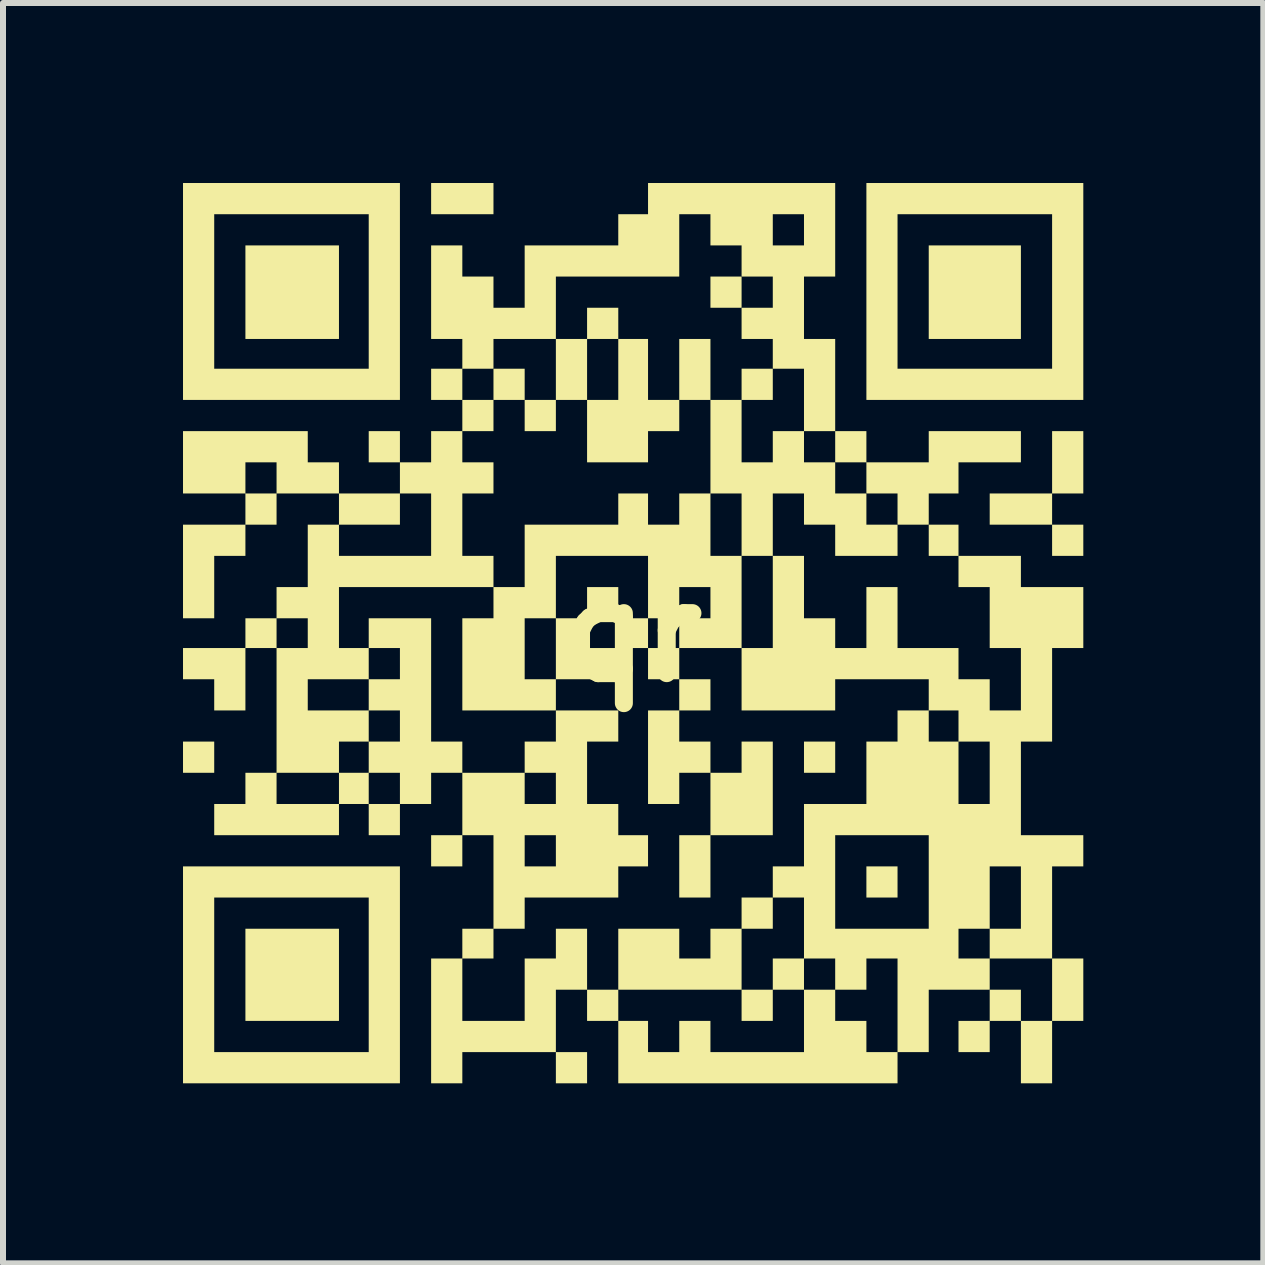
<source format=kicad_pcb>
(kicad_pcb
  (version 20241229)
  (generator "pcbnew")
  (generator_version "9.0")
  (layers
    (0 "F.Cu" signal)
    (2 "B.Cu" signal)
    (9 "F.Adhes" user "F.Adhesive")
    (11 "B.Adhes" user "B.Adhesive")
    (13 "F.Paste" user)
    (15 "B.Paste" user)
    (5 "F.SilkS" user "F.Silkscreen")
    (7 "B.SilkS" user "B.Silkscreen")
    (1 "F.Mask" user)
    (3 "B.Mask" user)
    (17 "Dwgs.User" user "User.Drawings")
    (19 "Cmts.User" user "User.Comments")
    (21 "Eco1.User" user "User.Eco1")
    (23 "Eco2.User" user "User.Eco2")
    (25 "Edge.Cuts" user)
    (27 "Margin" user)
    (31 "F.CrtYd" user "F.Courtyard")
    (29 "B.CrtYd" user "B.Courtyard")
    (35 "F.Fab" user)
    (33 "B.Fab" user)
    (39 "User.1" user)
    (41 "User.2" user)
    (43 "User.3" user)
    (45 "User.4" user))
  (footprint "qr"
    (layer "F.Cu")
    (at 7.49 7.49)
    (property "Reference" "qr" (at 0 0 0) (layer "F.SilkS") (effects (font (size 1.5 1.5) (thickness 0.3))))
    (attr board_only exclude_from_pos_files exclude_from_bom)
    (fp_poly (pts (xy -6.97 2.079) (xy -6.97 2.339) (xy -7.23 2.339) (xy -7.49 2.339) (xy -7.49 2.079) (xy -7.49 1.819) (xy -7.23 1.819) (xy -6.97 1.819)) (stroke (width 0) (type solid)) (fill yes) (layer "F.SilkS"))
    (fp_poly (pts (xy -4.891 -5.671) (xy -4.891 -4.891) (xy -5.671 -4.891) (xy -6.45 -4.891) (xy -6.45 -5.671) (xy -6.45 -6.45) (xy -5.671 -6.45) (xy -4.891 -6.45)) (stroke (width 0) (type solid)) (fill yes) (layer "F.SilkS"))
    (fp_poly (pts (xy -4.891 5.706) (xy -4.891 6.474) (xy -5.671 6.474) (xy -6.45 6.474) (xy -6.45 5.706) (xy -6.45 4.938) (xy -5.671 4.938) (xy -4.891 4.938)) (stroke (width 0) (type solid)) (fill yes) (layer "F.SilkS"))
    (fp_poly (pts (xy -2.316 -7.23) (xy -2.316 -6.97) (xy -2.835 -6.97) (xy -3.355 -6.97) (xy -3.355 -7.23) (xy -3.355 -7.49) (xy -2.835 -7.49) (xy -2.316 -7.49)) (stroke (width 0) (type solid)) (fill yes) (layer "F.SilkS"))
    (fp_poly (pts (xy -0.756 7.254) (xy -0.756 7.514) (xy -1.016 7.514) (xy -1.276 7.514) (xy -1.276 7.254) (xy -1.276 6.994) (xy -1.016 6.994) (xy -0.756 6.994)) (stroke (width 0) (type solid)) (fill yes) (layer "F.SilkS"))
    (fp_poly (pts (xy -0.236 -0.496) (xy -0.236 -0.236) (xy -0.496 -0.236) (xy -0.756 -0.236) (xy -0.756 -0.496) (xy -0.756 -0.756) (xy -0.496 -0.756) (xy -0.236 -0.756)) (stroke (width 0) (type solid)) (fill yes) (layer "F.SilkS"))
    (fp_poly (pts (xy -0.236 6.214) (xy -0.236 6.474) (xy -0.496 6.474) (xy -0.756 6.474) (xy -0.756 6.214) (xy -0.756 5.954) (xy -0.496 5.954) (xy -0.236 5.954)) (stroke (width 0) (type solid)) (fill yes) (layer "F.SilkS"))
    (fp_poly (pts (xy 1.819 -5.671) (xy 1.819 -5.411) (xy 1.559 -5.411) (xy 1.3 -5.411) (xy 1.3 -5.671) (xy 1.3 -5.931) (xy 1.559 -5.931) (xy 1.819 -5.931)) (stroke (width 0) (type solid)) (fill yes) (layer "F.SilkS"))
    (fp_poly (pts (xy 3.379 2.079) (xy 3.379 2.339) (xy 3.119 2.339) (xy 2.859 2.339) (xy 2.859 2.079) (xy 2.859 1.819) (xy 3.119 1.819) (xy 3.379 1.819)) (stroke (width 0) (type solid)) (fill yes) (layer "F.SilkS"))
    (fp_poly (pts (xy 4.418 4.159) (xy 4.418 4.418) (xy 4.159 4.418) (xy 3.899 4.418) (xy 3.899 4.159) (xy 3.899 3.899) (xy 4.159 3.899) (xy 4.418 3.899)) (stroke (width 0) (type solid)) (fill yes) (layer "F.SilkS"))
    (fp_poly (pts (xy 5.434 -1.536) (xy 5.434 -1.276) (xy 5.186 -1.276) (xy 4.938 -1.276) (xy 4.938 -1.536) (xy 4.938 -1.796) (xy 5.186 -1.796) (xy 5.434 -1.796)) (stroke (width 0) (type solid)) (fill yes) (layer "F.SilkS"))
    (fp_poly (pts (xy 6.474 -5.671) (xy 6.474 -4.891) (xy 5.706 -4.891) (xy 4.938 -4.891) (xy 4.938 -5.671) (xy 4.938 -6.45) (xy 5.706 -6.45) (xy 6.474 -6.45)) (stroke (width 0) (type solid)) (fill yes) (layer "F.SilkS"))
    (fp_poly (pts (xy 7.514 -1.536) (xy 7.514 -1.276) (xy 7.254 -1.276) (xy 6.994 -1.276) (xy 6.994 -1.536) (xy 6.994 -1.796) (xy 7.254 -1.796) (xy 7.514 -1.796)) (stroke (width 0) (type solid)) (fill yes) (layer "F.SilkS"))
    (fp_poly (pts (xy 7.514 -2.835) (xy 7.514 -2.316) (xy 7.254 -2.316) (xy 6.994 -2.316) (xy 6.994 -2.056) (xy 6.994 -1.796) (xy 6.474 -1.796) (xy 5.954 -1.796) (xy 5.954 -2.056) (xy 5.954 -2.316) (xy 6.474 -2.316) (xy 6.994 -2.316) (xy 6.994 -2.835) (xy 6.994 -3.355) (xy 7.254 -3.355) (xy 7.514 -3.355)) (stroke (width 0) (type solid)) (fill yes) (layer "F.SilkS"))
    (fp_poly (pts (xy -3.875 -5.683) (xy -3.875 -3.875) (xy -5.683 -3.875) (xy -7.49 -3.875) (xy -7.49 -5.683) (xy -6.97 -5.683) (xy -6.97 -4.395) (xy -5.683 -4.395) (xy -4.395 -4.395) (xy -4.395 -5.683) (xy -4.395 -6.97) (xy -5.683 -6.97) (xy -6.97 -6.97) (xy -6.97 -5.683) (xy -7.49 -5.683) (xy -7.49 -7.49) (xy -5.683 -7.49) (xy -3.875 -7.49)) (stroke (width 0) (type solid)) (fill yes) (layer "F.SilkS"))
    (fp_poly (pts (xy -3.875 5.706) (xy -3.875 7.514) (xy -5.683 7.514) (xy -7.49 7.514) (xy -7.49 5.706) (xy -6.97 5.706) (xy -6.97 6.994) (xy -5.683 6.994) (xy -4.395 6.994) (xy -4.395 5.706) (xy -4.395 4.418) (xy -5.683 4.418) (xy -6.97 4.418) (xy -6.97 5.706) (xy -7.49 5.706) (xy -7.49 3.899) (xy -5.683 3.899) (xy -3.875 3.899)) (stroke (width 0) (type solid)) (fill yes) (layer "F.SilkS"))
    (fp_poly (pts (xy 7.514 -5.683) (xy 7.514 -3.875) (xy 5.706 -3.875) (xy 3.899 -3.875) (xy 3.899 -5.683) (xy 4.418 -5.683) (xy 4.418 -4.395) (xy 5.706 -4.395) (xy 6.994 -4.395) (xy 6.994 -5.683) (xy 6.994 -6.97) (xy 5.706 -6.97) (xy 4.418 -6.97) (xy 4.418 -5.683) (xy 3.899 -5.683) (xy 3.899 -7.49) (xy 5.706 -7.49) (xy 7.514 -7.49)) (stroke (width 0) (type solid)) (fill yes) (layer "F.SilkS"))
    (fp_poly (pts (xy 3.899 -3.095) (xy 3.899 -2.835) (xy 4.418 -2.835) (xy 4.938 -2.835) (xy 4.938 -3.095) (xy 4.938 -3.355) (xy 5.706 -3.355) (xy 6.474 -3.355) (xy 6.474 -3.095) (xy 6.474 -2.835) (xy 5.954 -2.835) (xy 5.434 -2.835) (xy 5.434 -2.575) (xy 5.434 -2.316) (xy 5.186 -2.316) (xy 4.938 -2.316) (xy 4.938 -2.056) (xy 4.938 -1.796) (xy 4.678 -1.796) (xy 4.418 -1.796) (xy 4.418 -2.056) (xy 4.418 -2.316) (xy 4.159 -2.316) (xy 3.899 -2.316) (xy 3.899 -2.575) (xy 3.899 -2.835) (xy 3.639 -2.835) (xy 3.379 -2.835) (xy 3.379 -3.095) (xy 3.379 -3.355) (xy 3.639 -3.355) (xy 3.899 -3.355)) (stroke (width 0) (type solid)) (fill yes) (layer "F.SilkS"))
    (fp_poly (pts (xy 7.514 5.954) (xy 7.514 6.474) (xy 7.254 6.474) (xy 6.994 6.474) (xy 6.994 6.994) (xy 6.994 7.514) (xy 6.734 7.514) (xy 6.474 7.514) (xy 6.474 6.994) (xy 6.474 6.474) (xy 6.214 6.474) (xy 5.954 6.474) (xy 5.954 6.734) (xy 5.954 6.994) (xy 5.694 6.994) (xy 5.434 6.994) (xy 5.434 6.734) (xy 5.434 6.474) (xy 5.694 6.474) (xy 5.954 6.474) (xy 5.954 6.214) (xy 5.954 5.954) (xy 6.214 5.954) (xy 6.474 5.954) (xy 6.474 6.214) (xy 6.474 6.474) (xy 6.734 6.474) (xy 6.994 6.474) (xy 6.994 5.954) (xy 6.994 5.434) (xy 7.254 5.434) (xy 7.514 5.434)) (stroke (width 0) (type solid)) (fill yes) (layer "F.SilkS"))
    (fp_poly (pts (xy 2.339 4.678) (xy 2.339 4.938) (xy 2.079 4.938) (xy 1.819 4.938) (xy 1.819 5.446) (xy 1.819 5.954) (xy 2.079 5.954) (xy 2.339 5.954) (xy 2.339 5.694) (xy 2.339 5.434) (xy 2.599 5.434) (xy 2.859 5.434) (xy 2.859 5.694) (xy 2.859 5.954) (xy 2.599 5.954) (xy 2.339 5.954) (xy 2.339 6.214) (xy 2.339 6.474) (xy 2.079 6.474) (xy 1.819 6.474) (xy 1.819 6.214) (xy 1.819 5.954) (xy 0.792 5.954) (xy -0.236 5.954) (xy -0.236 5.446) (xy -0.236 4.938) (xy 0.272 4.938) (xy 0.78 4.938) (xy 0.78 5.186) (xy 0.78 5.434) (xy 1.04 5.434) (xy 1.3 5.434) (xy 1.3 5.186) (xy 1.3 4.938) (xy 1.559 4.938) (xy 1.819 4.938) (xy 1.819 4.678) (xy 1.819 4.418) (xy 2.079 4.418) (xy 2.339 4.418)) (stroke (width 0) (type solid)) (fill yes) (layer "F.SilkS"))
    (fp_poly (pts (xy 1.3 1.04) (xy 1.3 1.3) (xy 1.04 1.3) (xy 0.78 1.3) (xy 0.78 1.559) (xy 0.78 1.819) (xy 1.04 1.819) (xy 1.3 1.819) (xy 1.3 2.079) (xy 1.3 2.339) (xy 1.559 2.339) (xy 1.819 2.339) (xy 1.819 2.079) (xy 1.819 1.819) (xy 2.079 1.819) (xy 2.339 1.819) (xy 2.339 2.599) (xy 2.339 3.379) (xy 1.819 3.379) (xy 1.3 3.379) (xy 1.3 3.899) (xy 1.3 4.418) (xy 1.04 4.418) (xy 0.78 4.418) (xy 0.78 3.899) (xy 0.78 3.379) (xy 1.04 3.379) (xy 1.3 3.379) (xy 1.3 2.859) (xy 1.3 2.339) (xy 1.04 2.339) (xy 0.78 2.339) (xy 0.78 2.599) (xy 0.78 2.859) (xy 0.52 2.859) (xy 0.26 2.859) (xy 0.26 2.079) (xy 0.26 1.3) (xy 0.52 1.3) (xy 0.78 1.3) (xy 0.78 1.04) (xy 0.78 0.78) (xy 1.04 0.78) (xy 1.3 0.78)) (stroke (width 0) (type solid)) (fill yes) (layer "F.SilkS"))
    (fp_poly (pts (xy 3.379 -6.71) (xy 3.379 -5.931) (xy 3.119 -5.931) (xy 2.859 -5.931) (xy 2.859 -5.411) (xy 2.859 -4.891) (xy 3.119 -4.891) (xy 3.379 -4.891) (xy 3.379 -4.123) (xy 3.379 -3.355) (xy 3.119 -3.355) (xy 2.859 -3.355) (xy 2.859 -3.875) (xy 2.859 -4.395) (xy 2.599 -4.395) (xy 2.339 -4.395) (xy 2.339 -4.643) (xy 2.339 -4.891) (xy 2.079 -4.891) (xy 1.819 -4.891) (xy 1.819 -5.151) (xy 1.819 -5.411) (xy 2.079 -5.411) (xy 2.339 -5.411) (xy 2.339 -5.671) (xy 2.339 -5.931) (xy 2.079 -5.931) (xy 1.819 -5.931) (xy 1.819 -6.191) (xy 1.819 -6.45) (xy 1.559 -6.45) (xy 1.3 -6.45) (xy 1.3 -6.71) (xy 2.339 -6.71) (xy 2.339 -6.45) (xy 2.599 -6.45) (xy 2.859 -6.45) (xy 2.859 -6.71) (xy 2.859 -6.97) (xy 2.599 -6.97) (xy 2.339 -6.97) (xy 2.339 -6.71) (xy 1.3 -6.71) (xy 1.3 -6.97) (xy 1.04 -6.97) (xy 0.78 -6.97) (xy 0.78 -6.45) (xy 0.78 -5.931) (xy -0.248 -5.931) (xy -1.276 -5.931) (xy -1.276 -5.411) (xy -1.276 -4.891) (xy -1.796 -4.891) (xy -2.316 -4.891) (xy -2.316 -4.643) (xy -2.316 -4.395) (xy -2.575 -4.395) (xy -2.835 -4.395) (xy -2.835 -4.135) (xy -2.835 -3.875) (xy -3.095 -3.875) (xy -3.355 -3.875) (xy -3.355 -4.135) (xy -3.355 -4.395) (xy -3.095 -4.395) (xy -2.835 -4.395) (xy -2.835 -4.643) (xy -2.835 -4.891) (xy -3.095 -4.891) (xy -3.355 -4.891) (xy -3.355 -5.671) (xy -3.355 -6.45) (xy -3.095 -6.45) (xy -2.835 -6.45) (xy -2.835 -6.191) (xy -2.835 -5.931) (xy -2.575 -5.931) (xy -2.316 -5.931) (xy -2.316 -5.671) (xy -2.316 -5.411) (xy -2.056 -5.411) (xy -1.796 -5.411) (xy -1.796 -5.931) (xy -1.796 -6.45) (xy -1.016 -6.45) (xy -0.236 -6.45) (xy -0.236 -6.71) (xy -0.236 -6.97) (xy 0.012 -6.97) (xy 0.26 -6.97) (xy 0.26 -7.23) (xy 0.26 -7.49) (xy 1.819 -7.49) (xy 3.379 -7.49)) (stroke (width 0) (type solid)) (fill yes) (layer "F.SilkS"))
    (fp_poly (pts (xy 2.859 -0.756) (xy 2.859 -0.236) (xy 3.119 -0.236) (xy 3.379 -0.236) (xy 3.379 0.012) (xy 3.379 0.26) (xy 3.639 0.26) (xy 3.899 0.26) (xy 3.899 -0.248) (xy 3.899 -0.756) (xy 4.159 -0.756) (xy 4.418 -0.756) (xy 4.418 -0.248) (xy 4.418 0.26) (xy 4.926 0.26) (xy 5.434 0.26) (xy 5.434 0.52) (xy 5.434 0.78) (xy 5.694 0.78) (xy 5.954 0.78) (xy 5.954 1.04) (xy 5.954 1.3) (xy 6.214 1.3) (xy 6.474 1.3) (xy 6.474 0.78) (xy 6.474 0.26) (xy 6.214 0.26) (xy 5.954 0.26) (xy 5.954 -0.248) (xy 5.954 -0.756) (xy 5.694 -0.756) (xy 5.434 -0.756) (xy 5.434 -1.016) (xy 5.434 -1.276) (xy 5.954 -1.276) (xy 6.474 -1.276) (xy 6.474 -1.016) (xy 6.474 -0.756) (xy 6.994 -0.756) (xy 7.514 -0.756) (xy 7.514 -0.248) (xy 7.514 0.26) (xy 7.254 0.26) (xy 6.994 0.26) (xy 6.994 1.04) (xy 6.994 1.819) (xy 6.734 1.819) (xy 6.474 1.819) (xy 6.474 2.599) (xy 6.474 3.379) (xy 6.994 3.379) (xy 7.514 3.379) (xy 7.514 3.639) (xy 7.514 3.899) (xy 7.254 3.899) (xy 6.994 3.899) (xy 6.994 4.667) (xy 6.994 5.434) (xy 6.474 5.434) (xy 5.954 5.434) (xy 5.954 5.694) (xy 5.954 5.954) (xy 5.446 5.954) (xy 4.938 5.954) (xy 4.938 6.474) (xy 4.938 6.994) (xy 4.678 6.994) (xy 4.418 6.994) (xy 4.418 7.254) (xy 4.418 7.514) (xy 2.091 7.514) (xy -0.236 7.514) (xy -0.236 6.994) (xy -0.236 6.474) (xy 0.012 6.474) (xy 0.26 6.474) (xy 0.26 6.734) (xy 0.26 6.994) (xy 0.52 6.994) (xy 0.78 6.994) (xy 0.78 6.734) (xy 0.78 6.474) (xy 1.04 6.474) (xy 1.3 6.474) (xy 1.3 6.734) (xy 1.3 6.994) (xy 2.079 6.994) (xy 2.859 6.994) (xy 2.859 6.474) (xy 2.859 5.954) (xy 3.119 5.954) (xy 3.379 5.954) (xy 3.379 6.214) (xy 3.379 6.474) (xy 3.639 6.474) (xy 3.899 6.474) (xy 3.899 6.734) (xy 3.899 6.994) (xy 4.159 6.994) (xy 4.418 6.994) (xy 4.418 6.214) (xy 4.418 5.434) (xy 4.159 5.434) (xy 3.899 5.434) (xy 3.899 5.694) (xy 3.899 5.954) (xy 3.639 5.954) (xy 3.379 5.954) (xy 3.379 5.694) (xy 3.379 5.434) (xy 3.119 5.434) (xy 2.859 5.434) (xy 2.859 4.926) (xy 2.859 4.418) (xy 2.599 4.418) (xy 2.339 4.418) (xy 2.339 4.159) (xy 3.379 4.159) (xy 3.379 4.938) (xy 4.159 4.938) (xy 4.938 4.938) (xy 5.434 4.938) (xy 5.434 5.186) (xy 5.434 5.434) (xy 5.694 5.434) (xy 5.954 5.434) (xy 5.954 5.186) (xy 5.954 4.938) (xy 6.214 4.938) (xy 6.474 4.938) (xy 6.474 4.418) (xy 6.474 3.899) (xy 6.214 3.899) (xy 5.954 3.899) (xy 5.954 4.418) (xy 5.954 4.938) (xy 5.694 4.938) (xy 5.434 4.938) (xy 4.938 4.938) (xy 4.938 4.159) (xy 4.938 3.379) (xy 4.159 3.379) (xy 3.379 3.379) (xy 3.379 4.159) (xy 2.339 4.159) (xy 2.339 3.899) (xy 2.599 3.899) (xy 2.859 3.899) (xy 2.859 3.379) (xy 2.859 2.859) (xy 3.379 2.859) (xy 3.899 2.859) (xy 3.899 2.339) (xy 5.434 2.339) (xy 5.434 2.859) (xy 5.694 2.859) (xy 5.954 2.859) (xy 5.954 2.339) (xy 5.954 1.819) (xy 5.694 1.819) (xy 5.434 1.819) (xy 5.434 2.339) (xy 3.899 2.339) (xy 3.899 1.819) (xy 4.159 1.819) (xy 4.418 1.819) (xy 4.418 1.559) (xy 4.938 1.559) (xy 4.938 1.819) (xy 5.186 1.819) (xy 5.434 1.819) (xy 5.434 1.559) (xy 5.434 1.3) (xy 5.186 1.3) (xy 4.938 1.3) (xy 4.938 1.559) (xy 4.418 1.559) (xy 4.418 1.3) (xy 4.678 1.3) (xy 4.938 1.3) (xy 4.938 1.04) (xy 4.938 0.78) (xy 4.159 0.78) (xy 3.379 0.78) (xy 3.379 1.04) (xy 3.379 1.3) (xy 2.599 1.3) (xy 1.819 1.3) (xy 1.819 0.78) (xy 1.819 0.26) (xy 2.079 0.26) (xy 2.339 0.26) (xy 2.339 -0.508) (xy 2.339 -1.276) (xy 2.599 -1.276) (xy 2.859 -1.276)) (stroke (width 0) (type solid)) (fill yes) (layer "F.SilkS"))
    (fp_poly (pts (xy -0.236 -5.151) (xy -0.236 -4.891) (xy -0.496 -4.891) (xy -0.756 -4.891) (xy -0.756 -4.383) (xy -0.756 -3.875) (xy -0.496 -3.875) (xy -0.236 -3.875) (xy -0.236 -4.383) (xy -0.236 -4.891) (xy 0.012 -4.891) (xy 0.26 -4.891) (xy 0.26 -4.383) (xy 0.26 -3.875) (xy 0.52 -3.875) (xy 0.78 -3.875) (xy 0.78 -4.383) (xy 0.78 -4.891) (xy 1.04 -4.891) (xy 1.3 -4.891) (xy 1.3 -4.383) (xy 1.3 -3.875) (xy 1.559 -3.875) (xy 1.819 -3.875) (xy 1.819 -4.135) (xy 1.819 -4.395) (xy 2.079 -4.395) (xy 2.339 -4.395) (xy 2.339 -4.135) (xy 2.339 -3.875) (xy 2.079 -3.875) (xy 1.819 -3.875) (xy 1.819 -3.355) (xy 1.819 -2.835) (xy 2.079 -2.835) (xy 2.339 -2.835) (xy 2.339 -3.095) (xy 2.339 -3.355) (xy 2.599 -3.355) (xy 2.859 -3.355) (xy 2.859 -3.095) (xy 2.859 -2.835) (xy 3.119 -2.835) (xy 3.379 -2.835) (xy 3.379 -2.575) (xy 3.379 -2.316) (xy 3.639 -2.316) (xy 3.899 -2.316) (xy 3.899 -2.056) (xy 3.899 -1.796) (xy 4.159 -1.796) (xy 4.418 -1.796) (xy 4.418 -1.536) (xy 4.418 -1.276) (xy 3.899 -1.276) (xy 3.379 -1.276) (xy 3.379 -1.536) (xy 3.379 -1.796) (xy 3.119 -1.796) (xy 2.859 -1.796) (xy 2.859 -2.056) (xy 2.859 -2.316) (xy 2.599 -2.316) (xy 2.339 -2.316) (xy 2.339 -1.796) (xy 2.339 -1.276) (xy 2.079 -1.276) (xy 1.819 -1.276) (xy 1.819 -0.508) (xy 1.819 0.26) (xy 1.3 0.26) (xy 0.78 0.26) (xy 0.78 0.52) (xy 0.78 0.78) (xy 0.52 0.78) (xy 0.26 0.78) (xy 0.26 0.52) (xy 0.26 0.26) (xy 0.012 0.26) (xy -0.236 0.26) (xy -0.236 0.52) (xy -0.236 0.78) (xy -0.756 0.78) (xy -1.276 0.78) (xy -1.276 1.04) (xy -1.276 1.3) (xy -2.056 1.3) (xy -2.835 1.3) (xy -2.835 0.532) (xy -2.835 -0.236) (xy -2.575 -0.236) (xy -2.316 -0.236) (xy -1.796 -0.236) (xy -1.796 0.272) (xy -1.796 0.78) (xy -1.536 0.78) (xy -1.276 0.78) (xy -1.276 0.272) (xy -1.276 -0.236) (xy -1.016 -0.236) (xy -0.756 -0.236) (xy -0.756 0.012) (xy -0.756 0.26) (xy -0.496 0.26) (xy -0.236 0.26) (xy -0.236 0.012) (xy -0.236 -0.236) (xy 0.012 -0.236) (xy 0.26 -0.236) (xy 0.26 0.012) (xy 0.26 0.26) (xy 0.52 0.26) (xy 0.78 0.26) (xy 0.78 0.012) (xy 0.78 -0.236) (xy 1.04 -0.236) (xy 1.3 -0.236) (xy 1.3 -0.496) (xy 1.3 -0.756) (xy 1.04 -0.756) (xy 0.78 -0.756) (xy 0.78 -0.496) (xy 0.78 -0.236) (xy 0.52 -0.236) (xy 0.26 -0.236) (xy 0.26 -0.756) (xy 0.26 -1.276) (xy -0.508 -1.276) (xy -1.276 -1.276) (xy -1.276 -0.756) (xy -1.276 -0.236) (xy -1.536 -0.236) (xy -1.796 -0.236) (xy -2.316 -0.236) (xy -2.316 -0.496) (xy -2.316 -0.756) (xy -2.056 -0.756) (xy -1.796 -0.756) (xy -1.796 -1.276) (xy -1.796 -1.796) (xy -1.016 -1.796) (xy -0.236 -1.796) (xy -0.236 -2.056) (xy -0.236 -2.316) (xy 0.012 -2.316) (xy 0.26 -2.316) (xy 0.26 -2.056) (xy 0.26 -1.796) (xy 0.52 -1.796) (xy 0.78 -1.796) (xy 1.3 -1.796) (xy 1.3 -1.276) (xy 1.559 -1.276) (xy 1.819 -1.276) (xy 1.819 -1.796) (xy 1.819 -2.316) (xy 1.559 -2.316) (xy 1.3 -2.316) (xy 1.3 -1.796) (xy 0.78 -1.796) (xy 0.78 -2.056) (xy 0.78 -2.316) (xy 1.04 -2.316) (xy 1.3 -2.316) (xy 1.3 -3.095) (xy 1.3 -3.875) (xy 1.04 -3.875) (xy 0.78 -3.875) (xy 0.78 -3.615) (xy 0.78 -3.355) (xy 0.52 -3.355) (xy 0.26 -3.355) (xy 0.26 -3.095) (xy 0.26 -2.835) (xy -0.248 -2.835) (xy -0.756 -2.835) (xy -0.756 -3.355) (xy -0.756 -3.875) (xy -1.016 -3.875) (xy -1.276 -3.875) (xy -1.276 -3.615) (xy -1.276 -3.355) (xy -1.536 -3.355) (xy -1.796 -3.355) (xy -1.796 -3.615) (xy -1.796 -3.875) (xy -2.056 -3.875) (xy -2.316 -3.875) (xy -2.316 -4.135) (xy -2.316 -4.395) (xy -2.056 -4.395) (xy -1.796 -4.395) (xy -1.796 -4.135) (xy -1.796 -3.875) (xy -1.536 -3.875) (xy -1.276 -3.875) (xy -1.276 -4.383) (xy -1.276 -4.891) (xy -1.016 -4.891) (xy -0.756 -4.891) (xy -0.756 -5.151) (xy -0.756 -5.411) (xy -0.496 -5.411) (xy -0.236 -5.411)) (stroke (width 0) (type solid)) (fill yes) (layer "F.SilkS"))
    (fp_poly (pts (xy -2.316 -3.615) (xy -2.316 -3.355) (xy -2.575 -3.355) (xy -2.835 -3.355) (xy -2.835 -3.095) (xy -2.835 -2.835) (xy -2.575 -2.835) (xy -2.316 -2.835) (xy -2.316 -2.575) (xy -2.316 -2.316) (xy -2.575 -2.316) (xy -2.835 -2.316) (xy -2.835 -1.796) (xy -2.835 -1.276) (xy -2.575 -1.276) (xy -2.316 -1.276) (xy -2.316 -1.016) (xy -2.316 -0.756) (xy -3.603 -0.756) (xy -4.891 -0.756) (xy -4.891 -0.248) (xy -4.891 0.26) (xy -4.643 0.26) (xy -4.395 0.26) (xy -4.395 0.012) (xy -4.395 -0.236) (xy -3.875 -0.236) (xy -3.355 -0.236) (xy -3.355 0.792) (xy -3.355 1.819) (xy -3.095 1.819) (xy -2.835 1.819) (xy -2.835 2.079) (xy -2.835 2.339) (xy -2.316 2.339) (xy -1.796 2.339) (xy -1.796 2.079) (xy -1.796 1.819) (xy -1.536 1.819) (xy -1.276 1.819) (xy -1.276 1.559) (xy -1.276 1.3) (xy -0.756 1.3) (xy -0.236 1.3) (xy -0.236 1.559) (xy -0.236 1.819) (xy -0.496 1.819) (xy -0.756 1.819) (xy -0.756 2.339) (xy -0.756 2.859) (xy -0.496 2.859) (xy -0.236 2.859) (xy -0.236 3.119) (xy -0.236 3.379) (xy 0.012 3.379) (xy 0.26 3.379) (xy 0.26 3.639) (xy 0.26 3.899) (xy 0.012 3.899) (xy -0.236 3.899) (xy -0.236 4.159) (xy -0.236 4.418) (xy -1.016 4.418) (xy -1.796 4.418) (xy -1.796 4.678) (xy -1.796 4.938) (xy -2.056 4.938) (xy -2.316 4.938) (xy -2.316 5.186) (xy -2.316 5.434) (xy -2.575 5.434) (xy -2.835 5.434) (xy -2.835 5.954) (xy -2.835 6.474) (xy -2.316 6.474) (xy -1.796 6.474) (xy -1.796 5.954) (xy -1.796 5.434) (xy -1.536 5.434) (xy -1.276 5.434) (xy -1.276 5.186) (xy -1.276 4.938) (xy -1.016 4.938) (xy -0.756 4.938) (xy -0.756 5.446) (xy -0.756 5.954) (xy -1.016 5.954) (xy -1.276 5.954) (xy -1.276 6.474) (xy -1.276 6.994) (xy -2.056 6.994) (xy -2.835 6.994) (xy -2.835 7.254) (xy -2.835 7.514) (xy -3.095 7.514) (xy -3.355 7.514) (xy -3.355 6.474) (xy -3.355 5.434) (xy -3.095 5.434) (xy -2.835 5.434) (xy -2.835 5.186) (xy -2.835 4.938) (xy -2.575 4.938) (xy -2.316 4.938) (xy -2.316 4.159) (xy -2.316 3.639) (xy -1.796 3.639) (xy -1.796 3.899) (xy -1.536 3.899) (xy -1.276 3.899) (xy -1.276 3.639) (xy -1.276 3.379) (xy -1.536 3.379) (xy -1.796 3.379) (xy -1.796 3.639) (xy -2.316 3.639) (xy -2.316 3.379) (xy -2.575 3.379) (xy -2.835 3.379) (xy -2.835 3.639) (xy -2.835 3.899) (xy -3.095 3.899) (xy -3.355 3.899) (xy -3.355 3.639) (xy -3.355 3.379) (xy -3.095 3.379) (xy -2.835 3.379) (xy -2.835 2.859) (xy -2.835 2.599) (xy -1.796 2.599) (xy -1.796 2.859) (xy -1.536 2.859) (xy -1.276 2.859) (xy -1.276 2.599) (xy -1.276 2.339) (xy -1.536 2.339) (xy -1.796 2.339) (xy -1.796 2.599) (xy -2.835 2.599) (xy -2.835 2.339) (xy -3.095 2.339) (xy -3.355 2.339) (xy -3.355 2.599) (xy -3.355 2.859) (xy -3.615 2.859) (xy -3.875 2.859) (xy -3.875 3.119) (xy -3.875 3.379) (xy -4.135 3.379) (xy -4.395 3.379) (xy -4.395 3.119) (xy -4.395 2.859) (xy -4.643 2.859) (xy -4.891 2.859) (xy -4.891 3.119) (xy -4.891 3.379) (xy -5.931 3.379) (xy -6.97 3.379) (xy -6.97 3.119) (xy -6.97 2.859) (xy -6.71 2.859) (xy -6.45 2.859) (xy -6.45 2.599) (xy -6.45 2.339) (xy -6.191 2.339) (xy -5.931 2.339) (xy -5.931 2.599) (xy -5.931 2.859) (xy -5.411 2.859) (xy -4.891 2.859) (xy -4.891 2.599) (xy -4.395 2.599) (xy -4.395 2.859) (xy -4.135 2.859) (xy -3.875 2.859) (xy -3.875 2.599) (xy -3.875 2.339) (xy -4.135 2.339) (xy -4.395 2.339) (xy -4.395 2.599) (xy -4.891 2.599) (xy -4.891 2.339) (xy -4.643 2.339) (xy -4.395 2.339) (xy -4.395 2.079) (xy -4.395 1.819) (xy -4.135 1.819) (xy -3.875 1.819) (xy -3.875 1.559) (xy -3.875 1.3) (xy -4.135 1.3) (xy -4.395 1.3) (xy -4.395 1.559) (xy -4.395 1.819) (xy -4.643 1.819) (xy -4.891 1.819) (xy -4.891 2.079) (xy -4.891 2.339) (xy -5.411 2.339) (xy -5.931 2.339) (xy -5.931 1.3) (xy -5.931 0.78) (xy -5.411 0.78) (xy -5.411 1.04) (xy -5.411 1.3) (xy -4.903 1.3) (xy -4.395 1.3) (xy -4.395 1.04) (xy -4.395 0.78) (xy -4.135 0.78) (xy -3.875 0.78) (xy -3.875 0.52) (xy -3.875 0.26) (xy -4.135 0.26) (xy -4.395 0.26) (xy -4.395 0.52) (xy -4.395 0.78) (xy -4.903 0.78) (xy -5.411 0.78) (xy -5.931 0.78) (xy -5.931 0.26) (xy -6.191 0.26) (xy -6.45 0.26) (xy -6.45 0.78) (xy -6.45 1.3) (xy -6.71 1.3) (xy -6.97 1.3) (xy -6.97 1.04) (xy -6.97 0.78) (xy -7.23 0.78) (xy -7.49 0.78) (xy -7.49 0.52) (xy -7.49 0.26) (xy -6.97 0.26) (xy -6.45 0.26) (xy -6.45 0.012) (xy -5.931 0.012) (xy -5.931 0.26) (xy -5.671 0.26) (xy -5.411 0.26) (xy -5.411 0.012) (xy -5.411 -0.236) (xy -5.671 -0.236) (xy -5.931 -0.236) (xy -5.931 0.012) (xy -6.45 0.012) (xy -6.45 -0.236) (xy -6.191 -0.236) (xy -5.931 -0.236) (xy -5.931 -0.496) (xy -5.931 -0.756) (xy -5.671 -0.756) (xy -5.411 -0.756) (xy -5.411 -1.276) (xy -5.411 -1.796) (xy -5.151 -1.796) (xy -4.891 -1.796) (xy -4.891 -1.536) (xy -4.891 -1.276) (xy -4.123 -1.276) (xy -3.355 -1.276) (xy -3.355 -1.796) (xy -3.355 -2.316) (xy -3.615 -2.316) (xy -3.875 -2.316) (xy -3.875 -2.056) (xy -3.875 -1.796) (xy -4.383 -1.796) (xy -4.891 -1.796) (xy -4.891 -2.056) (xy -4.891 -2.316) (xy -5.411 -2.316) (xy -5.931 -2.316) (xy -5.931 -2.056) (xy -5.931 -1.796) (xy -6.191 -1.796) (xy -6.45 -1.796) (xy -6.45 -1.536) (xy -6.45 -1.276) (xy -6.71 -1.276) (xy -6.97 -1.276) (xy -6.97 -0.756) (xy -6.97 -0.236) (xy -7.23 -0.236) (xy -7.49 -0.236) (xy -7.49 -1.016) (xy -7.49 -1.796) (xy -6.97 -1.796) (xy -6.45 -1.796) (xy -6.45 -2.056) (xy -6.45 -2.316) (xy -6.97 -2.316) (xy -7.49 -2.316) (xy -7.49 -2.575) (xy -6.45 -2.575) (xy -6.45 -2.316) (xy -6.191 -2.316) (xy -5.931 -2.316) (xy -5.931 -2.575) (xy -5.931 -2.835) (xy -6.191 -2.835) (xy -6.45 -2.835) (xy -6.45 -2.575) (xy -7.49 -2.575) (xy -7.49 -2.835) (xy -7.49 -3.355) (xy -6.45 -3.355) (xy -5.411 -3.355) (xy -5.411 -3.095) (xy -5.411 -2.835) (xy -5.151 -2.835) (xy -4.891 -2.835) (xy -4.891 -2.575) (xy -4.891 -2.316) (xy -4.383 -2.316) (xy -3.875 -2.316) (xy -3.875 -2.575) (xy -3.875 -2.835) (xy -4.135 -2.835) (xy -4.395 -2.835) (xy -4.395 -3.095) (xy -4.395 -3.355) (xy -4.135 -3.355) (xy -3.875 -3.355) (xy -3.875 -3.095) (xy -3.875 -2.835) (xy -3.615 -2.835) (xy -3.355 -2.835) (xy -3.355 -3.095) (xy -3.355 -3.355) (xy -3.095 -3.355) (xy -2.835 -3.355) (xy -2.835 -3.615) (xy -2.835 -3.875) (xy -2.575 -3.875) (xy -2.316 -3.875)) (stroke (width 0) (type solid)) (fill yes) (layer "F.SilkS")))
  (gr_rect
    (start -3 -3)
    (end 18.004 18.004)
    (stroke (width 0.1) (type default))
    (fill no)
    (layer "Edge.Cuts")))
</source>
